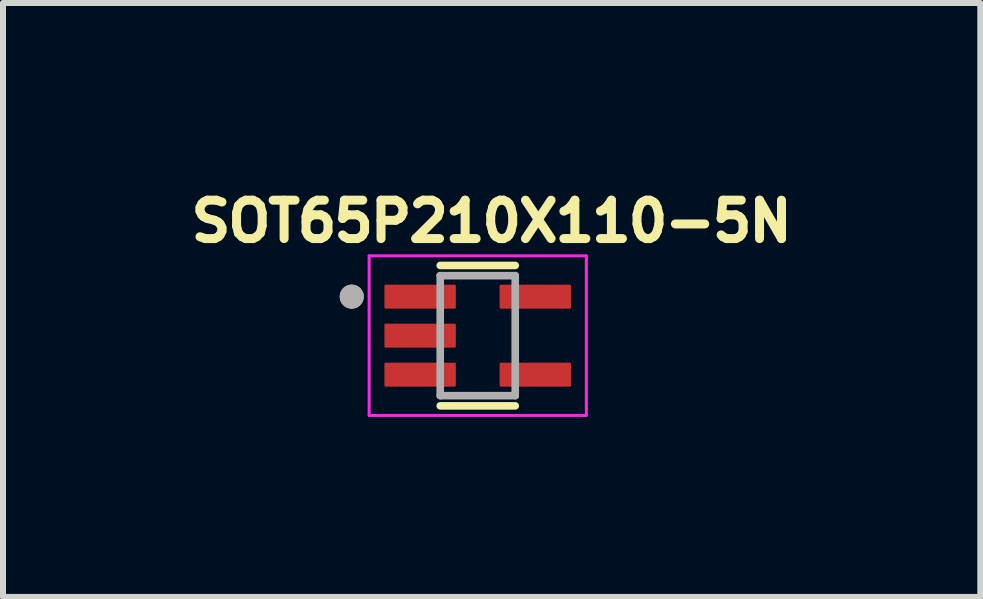
<source format=kicad_pcb>
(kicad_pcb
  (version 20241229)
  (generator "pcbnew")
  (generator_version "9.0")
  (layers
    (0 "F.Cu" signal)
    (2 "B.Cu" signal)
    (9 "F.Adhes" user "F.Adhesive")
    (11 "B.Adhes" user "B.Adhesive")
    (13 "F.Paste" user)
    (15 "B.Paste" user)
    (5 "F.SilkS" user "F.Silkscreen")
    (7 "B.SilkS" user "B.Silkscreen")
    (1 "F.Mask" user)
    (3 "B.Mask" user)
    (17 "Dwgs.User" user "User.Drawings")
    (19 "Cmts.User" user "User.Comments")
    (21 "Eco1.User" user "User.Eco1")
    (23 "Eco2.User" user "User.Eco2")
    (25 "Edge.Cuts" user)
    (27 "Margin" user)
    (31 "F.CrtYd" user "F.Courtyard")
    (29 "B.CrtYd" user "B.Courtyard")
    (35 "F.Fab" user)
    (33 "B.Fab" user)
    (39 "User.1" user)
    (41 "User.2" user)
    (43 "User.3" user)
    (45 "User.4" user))
  (footprint "SOT65P210X110-5N"
    (layer "F.Cu")
    (at 4.912 2.544)
    (property "Reference" "SOT65P210X110-5N" (at 0.232 -1.906 0) (layer "F.SilkS") (effects (font (size 0.64 0.64) (thickness 0.15))))
    (attr smd)
    (fp_line (start -0.625 -1.17) (end 0.625 -1.17) (stroke (width 0.127) (type solid)) (layer "F.SilkS"))
    (fp_line (start 0.625 1.17) (end -0.625 1.17) (stroke (width 0.127) (type solid)) (layer "F.SilkS"))
    (fp_circle (center -2.1 -0.65) (end -2 -0.65) (stroke (width 0.2) (type solid)) (fill no) (layer "F.SilkS"))
    (fp_line (start -1.81 -1.33) (end 1.81 -1.33) (stroke (width 0.05) (type solid)) (layer "F.CrtYd"))
    (fp_line (start -1.81 1.33) (end -1.81 -1.33) (stroke (width 0.05) (type solid)) (layer "F.CrtYd"))
    (fp_line (start 1.81 -1.33) (end 1.81 1.33) (stroke (width 0.05) (type solid)) (layer "F.CrtYd"))
    (fp_line (start 1.81 1.33) (end -1.81 1.33) (stroke (width 0.05) (type solid)) (layer "F.CrtYd"))
    (fp_line (start -0.625 -1) (end 0.625 -1) (stroke (width 0.127) (type solid)) (layer "F.Fab"))
    (fp_line (start -0.625 1) (end -0.625 -1) (stroke (width 0.127) (type solid)) (layer "F.Fab"))
    (fp_line (start 0.625 -1) (end 0.625 1) (stroke (width 0.127) (type solid)) (layer "F.Fab"))
    (fp_line (start 0.625 1) (end -0.625 1) (stroke (width 0.127) (type solid)) (layer "F.Fab"))
    (fp_circle (center -2.1 -0.65) (end -2 -0.65) (stroke (width 0.2) (type solid)) (fill no) (layer "F.Fab"))
    (pad "1" smd roundrect (at -0.96 -0.65) (size 1.19 0.4) (layers "F.Cu" "F.Mask" "F.Paste") (roundrect_rratio 0.05))
    (pad "2" smd roundrect (at -0.96 0) (size 1.19 0.4) (layers "F.Cu" "F.Mask" "F.Paste") (roundrect_rratio 0.05))
    (pad "3" smd roundrect (at -0.96 0.65) (size 1.19 0.4) (layers "F.Cu" "F.Mask" "F.Paste") (roundrect_rratio 0.05))
    (pad "4" smd roundrect (at 0.96 0.65) (size 1.19 0.4) (layers "F.Cu" "F.Mask" "F.Paste") (roundrect_rratio 0.05))
    (pad "5" smd roundrect (at 0.96 -0.65) (size 1.19 0.4) (layers "F.Cu" "F.Mask" "F.Paste") (roundrect_rratio 0.05)))
  (gr_rect
    (start -3 -3)
    (end 13.288 6.899)
    (stroke (width 0.1) (type default))
    (fill no)
    (layer "Edge.Cuts")))
</source>
